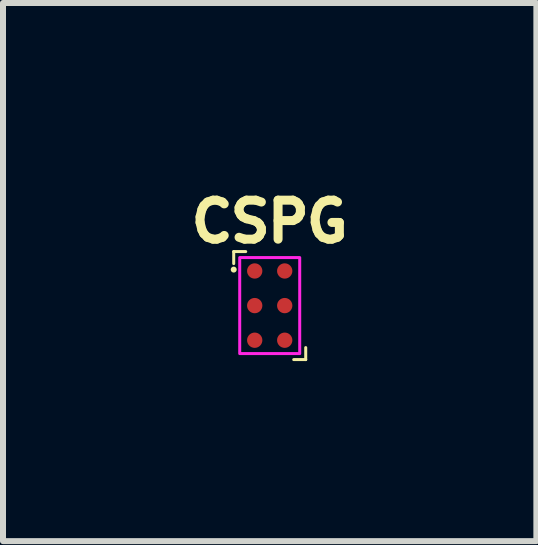
<source format=kicad_pcb>
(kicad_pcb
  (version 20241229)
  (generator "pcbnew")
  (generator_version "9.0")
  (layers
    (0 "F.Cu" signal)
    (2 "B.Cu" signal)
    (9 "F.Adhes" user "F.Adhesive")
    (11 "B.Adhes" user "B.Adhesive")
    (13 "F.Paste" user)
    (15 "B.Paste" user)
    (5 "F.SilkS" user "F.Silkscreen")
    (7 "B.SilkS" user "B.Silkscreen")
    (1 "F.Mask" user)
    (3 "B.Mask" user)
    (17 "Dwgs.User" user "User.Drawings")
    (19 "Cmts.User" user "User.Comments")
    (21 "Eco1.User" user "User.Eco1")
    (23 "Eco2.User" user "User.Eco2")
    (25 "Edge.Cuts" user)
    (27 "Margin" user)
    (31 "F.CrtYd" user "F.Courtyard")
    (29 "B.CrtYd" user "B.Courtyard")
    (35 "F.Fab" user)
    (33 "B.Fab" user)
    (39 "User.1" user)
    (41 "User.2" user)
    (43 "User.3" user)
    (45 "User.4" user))
  (footprint "CSPG"
    (layer "F.Cu")
    (at 1.445 2.043)
    (property "Reference" "CSPG" (at 0 -1.4 0) (unlocked yes) (layer "F.SilkS") (effects (font (size 0.65 0.65) (thickness 0.15) (bold yes))))
    (attr smd)
    (fp_line (start -0.6 -0.9) (end -0.4 -0.9) (stroke (width 0.05) (type default)) (layer "F.SilkS"))
    (fp_line (start -0.6 -0.7) (end -0.6 -0.9) (stroke (width 0.05) (type default)) (layer "F.SilkS"))
    (fp_line (start -0.6 -0.6) (end -0.6 -0.6) (stroke (width 0.1) (type default)) (layer "F.SilkS"))
    (fp_line (start 0.6 0.7) (end 0.6 0.9) (stroke (width 0.05) (type default)) (layer "F.SilkS"))
    (fp_line (start 0.6 0.9) (end 0.4 0.9) (stroke (width 0.05) (type default)) (layer "F.SilkS"))
    (fp_rect (start -0.5 -0.8) (end 0.5 0.8) (stroke (width 0.05) (type default)) (fill no) (layer "F.CrtYd"))
    (pad "1" smd circle (at -0.25 -0.577) (size 0.255 0.255) (layers "F.Cu" "F.Mask" "F.Paste"))
    (pad "2" smd circle (at 0.25 -0.577) (size 0.255 0.255) (layers "F.Cu" "F.Mask" "F.Paste"))
    (pad "3" smd circle (at -0.25 0) (size 0.255 0.255) (layers "F.Cu" "F.Mask" "F.Paste"))
    (pad "4" smd circle (at 0.25 0) (size 0.255 0.255) (layers "F.Cu" "F.Mask" "F.Paste"))
    (pad "5" smd circle (at -0.25 0.577) (size 0.255 0.255) (layers "F.Cu" "F.Mask" "F.Paste"))
    (pad "6" smd circle (at 0.25 0.577 90) (size 0.255 0.255) (layers "F.Cu" "F.Mask" "F.Paste")))
  (gr_rect
    (start -3 -3)
    (end 5.889 5.968)
    (stroke (width 0.1) (type default))
    (fill no)
    (layer "Edge.Cuts")))
</source>
